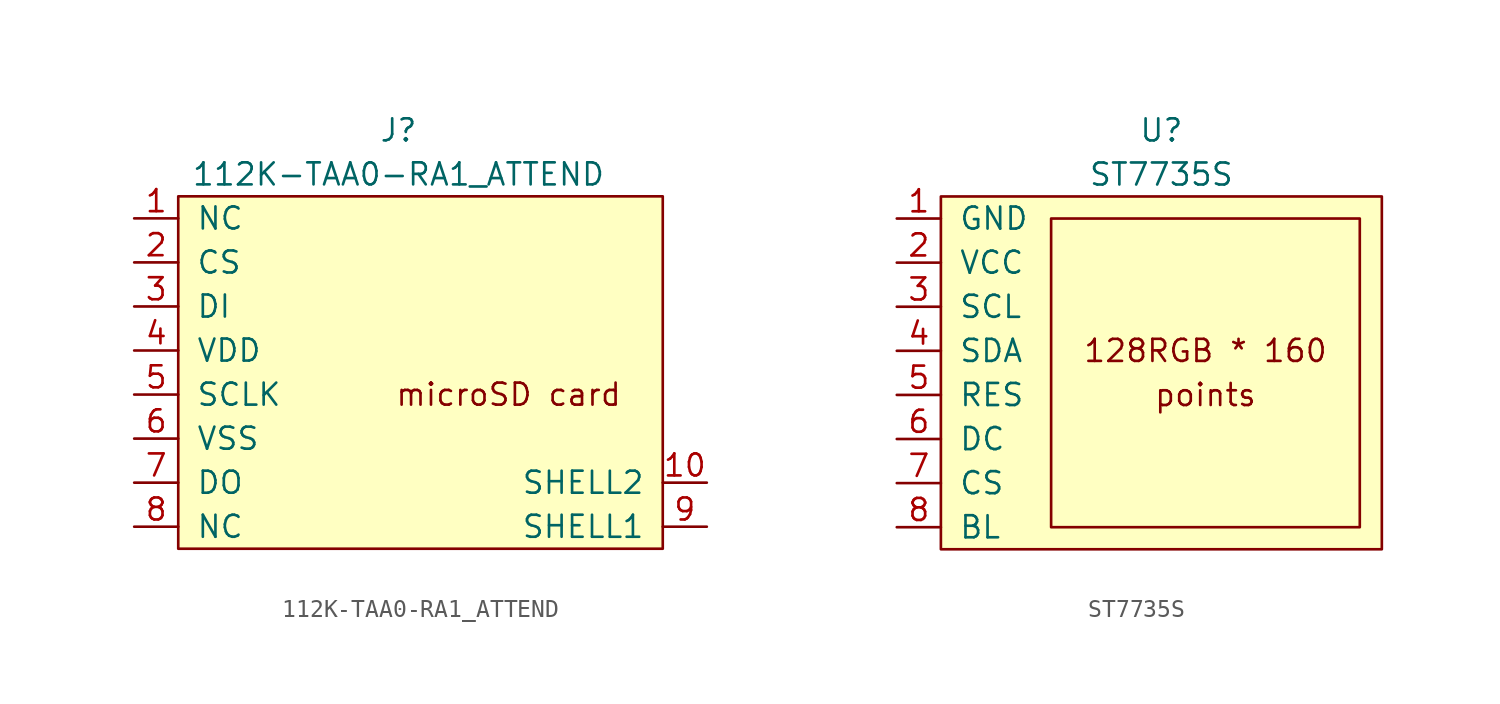
<source format=kicad_sym>
(kicad_symbol_lib
  (version 20231120)
  (generator "kicad_symbol_editor")
  (generator_version "8.0")
  (symbol "112K-TAA0-RA1_ATTEND"
    (pin_names
      (offset 1.016))
    (property "Reference" "J"
      (at 0 3.81 0)
      (effects (font (size 1.27 1.27))))
    (property "Value" "112K-TAA0-RA1_ATTEND"
      (at 0 1.27 0)
      (effects (font (size 1.27 1.27))))
    (symbol "112K-TAA0-RA1_ATTEND_0_0"
      (rectangle (start -12.7 -20.32) (end 15.24 0) (stroke (width 0) (type default)) (fill (type background)))
      (text "microSD card" (at 6.35 -11.43 0) (effects (font (size 1.27 1.27)))))
    (symbol "112K-TAA0-RA1_ATTEND_1_1"
      (pin input line (at -15.24 -1.27 0) (length 2.54) (name "NC" (effects (font (size 1.27 1.27)))) (number "1" (effects (font (size 1.27 1.27)))))
      (pin input line (at 17.78 -16.51 180) (length 2.54) (name "SHELL2" (effects (font (size 1.27 1.27)))) (number "10" (effects (font (size 1.27 1.27)))))
      (pin input line (at -15.24 -3.81 0) (length 2.54) (name "CS" (effects (font (size 1.27 1.27)))) (number "2" (effects (font (size 1.27 1.27)))))
      (pin bidirectional line (at -15.24 -6.35 0) (length 2.54) (name "DI" (effects (font (size 1.27 1.27)))) (number "3" (effects (font (size 1.27 1.27)))))
      (pin power_in line (at -15.24 -8.89 0) (length 2.54) (name "VDD" (effects (font (size 1.27 1.27)))) (number "4" (effects (font (size 1.27 1.27)))))
      (pin input line (at -15.24 -11.43 0) (length 2.54) (name "SCLK" (effects (font (size 1.27 1.27)))) (number "5" (effects (font (size 1.27 1.27)))))
      (pin power_in line (at -15.24 -13.97 0) (length 2.54) (name "VSS" (effects (font (size 1.27 1.27)))) (number "6" (effects (font (size 1.27 1.27)))))
      (pin input line (at -15.24 -16.51 0) (length 2.54) (name "DO" (effects (font (size 1.27 1.27)))) (number "7" (effects (font (size 1.27 1.27)))))
      (pin input line (at -15.24 -19.05 0) (length 2.54) (name "NC" (effects (font (size 1.27 1.27)))) (number "8" (effects (font (size 1.27 1.27)))))
      (pin input line (at 17.78 -19.05 180) (length 2.54) (name "SHELL1" (effects (font (size 1.27 1.27)))) (number "9" (effects (font (size 1.27 1.27)))))))
  (symbol "ST7735S"
    (pin_names
      (offset 1.016))
    (property "Reference" "U"
      (at 12.7 3.81 0)
      (effects (font (size 1.27 1.27))))
    (property "Value" "ST7735S"
      (at 12.7 1.27 0)
      (effects (font (size 1.27 1.27))))
    (symbol "ST7735S_0_0"
      (text "128RGB * 160" (at 15.24 -8.89 0) (effects (font (size 1.27 1.27))))
      (text "points" (at 15.24 -11.43 0) (effects (font (size 1.27 1.27)))))
    (symbol "ST7735S_0_1"
      (rectangle (start 0 0) (end 25.4 -20.32) (stroke (width 0) (type default)) (fill (type background)))
      (rectangle (start 6.35 -1.27) (end 24.13 -19.05) (stroke (width 0) (type default)) (fill (type none))))
    (symbol "ST7735S_1_1"
      (pin input line (at -2.54 -1.27 0) (length 2.54) (name "GND" (effects (font (size 1.27 1.27)))) (number "1" (effects (font (size 1.27 1.27)))))
      (pin power_in line (at -2.54 -3.81 0) (length 2.54) (name "VCC" (effects (font (size 1.27 1.27)))) (number "2" (effects (font (size 1.27 1.27)))))
      (pin input line (at -2.54 -6.35 0) (length 2.54) (name "SCL" (effects (font (size 1.27 1.27)))) (number "3" (effects (font (size 1.27 1.27)))))
      (pin input line (at -2.54 -8.89 0) (length 2.54) (name "SDA" (effects (font (size 1.27 1.27)))) (number "4" (effects (font (size 1.27 1.27)))))
      (pin input line (at -2.54 -11.43 0) (length 2.54) (name "RES" (effects (font (size 1.27 1.27)))) (number "5" (effects (font (size 1.27 1.27)))))
      (pin input line (at -2.54 -13.97 0) (length 2.54) (name "DC" (effects (font (size 1.27 1.27)))) (number "6" (effects (font (size 1.27 1.27)))))
      (pin input line (at -2.54 -16.51 0) (length 2.54) (name "CS" (effects (font (size 1.27 1.27)))) (number "7" (effects (font (size 1.27 1.27)))))
      (pin input line (at -2.54 -19.05 0) (length 2.54) (name "BL" (effects (font (size 1.27 1.27)))) (number "8" (effects (font (size 1.27 1.27))))))))
</source>
